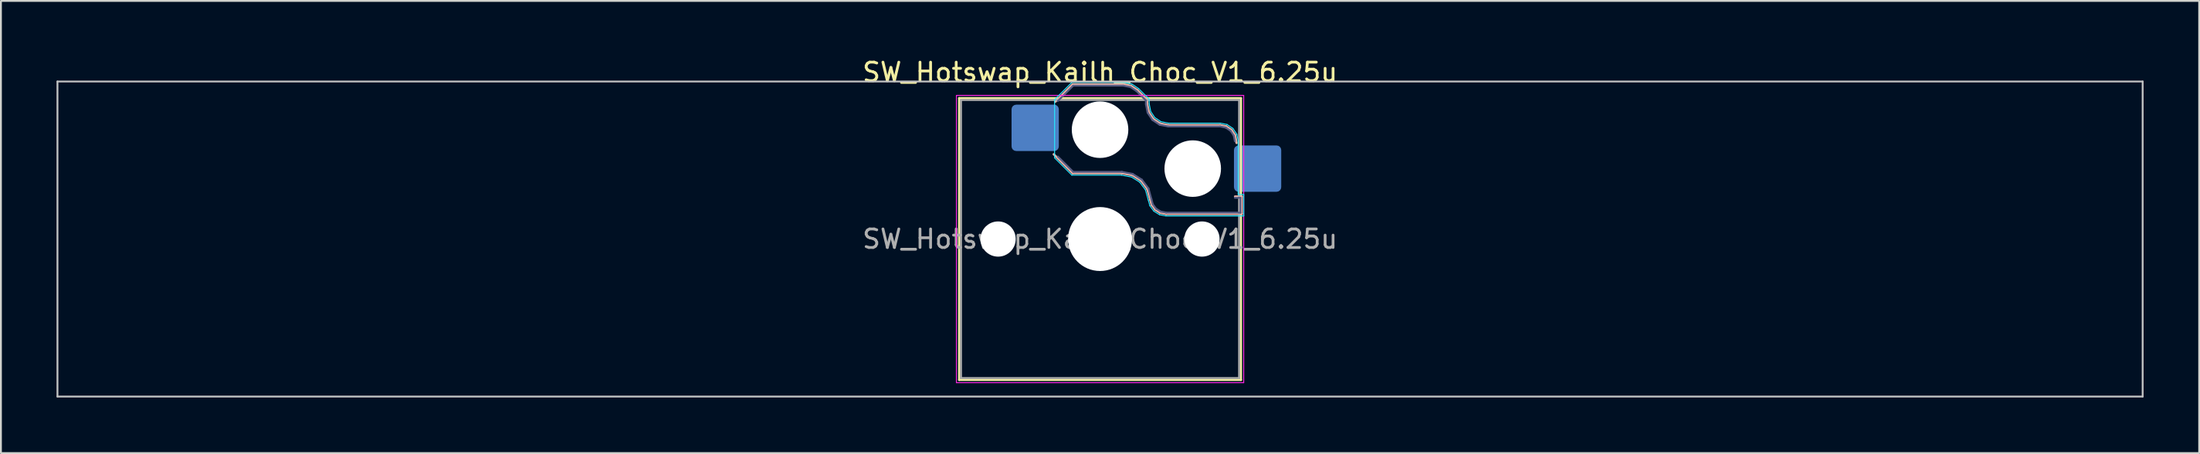
<source format=kicad_pcb>
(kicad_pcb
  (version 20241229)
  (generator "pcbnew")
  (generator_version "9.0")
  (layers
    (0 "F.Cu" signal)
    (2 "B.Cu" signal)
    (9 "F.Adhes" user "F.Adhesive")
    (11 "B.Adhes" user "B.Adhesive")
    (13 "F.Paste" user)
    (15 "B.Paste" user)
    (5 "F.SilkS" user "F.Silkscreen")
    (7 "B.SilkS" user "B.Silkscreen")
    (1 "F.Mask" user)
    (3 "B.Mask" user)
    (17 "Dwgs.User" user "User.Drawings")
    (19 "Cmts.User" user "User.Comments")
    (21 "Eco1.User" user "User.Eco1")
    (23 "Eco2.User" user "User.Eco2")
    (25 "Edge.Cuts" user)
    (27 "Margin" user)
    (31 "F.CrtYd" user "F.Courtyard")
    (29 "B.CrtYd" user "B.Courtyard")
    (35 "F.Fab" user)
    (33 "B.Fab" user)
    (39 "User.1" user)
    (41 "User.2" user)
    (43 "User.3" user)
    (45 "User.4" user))
  (footprint "SW_Hotswap_Kailh_Choc_V1_6.25u"
    (layer "F.Cu")
    (at 56.3 9.848)
    (property "Reference" "SW_Hotswap_Kailh_Choc_V1_6.25u" (at 0 -9 0) (layer "F.SilkS") (effects (font (size 1 1) (thickness 0.15))))
    (attr smd)
    (fp_line (start -7.6 -7.6) (end -7.6 7.6) (stroke (width 0.12) (type solid)) (layer "F.SilkS"))
    (fp_line (start -7.6 7.6) (end 7.6 7.6) (stroke (width 0.12) (type solid)) (layer "F.SilkS"))
    (fp_line (start 7.6 -7.6) (end -7.6 -7.6) (stroke (width 0.12) (type solid)) (layer "F.SilkS"))
    (fp_line (start 7.6 7.6) (end 7.6 -7.6) (stroke (width 0.12) (type solid)) (layer "F.SilkS"))
    (fp_line (start -2.416 -7.409) (end -1.479 -8.346) (stroke (width 0.12) (type solid)) (layer "B.SilkS"))
    (fp_line (start -1.479 -8.346) (end 1.268 -8.346) (stroke (width 0.12) (type solid)) (layer "B.SilkS"))
    (fp_line (start -1.479 -3.554) (end -2.5 -4.575) (stroke (width 0.12) (type solid)) (layer "B.SilkS"))
    (fp_line (start 1.168 -3.554) (end -1.479 -3.554) (stroke (width 0.12) (type solid)) (layer "B.SilkS"))
    (fp_line (start 1.268 -8.346) (end 1.671 -8.266) (stroke (width 0.12) (type solid)) (layer "B.SilkS"))
    (fp_line (start 1.671 -8.266) (end 2.013 -8.037) (stroke (width 0.12) (type solid)) (layer "B.SilkS"))
    (fp_line (start 1.73 -3.449) (end 1.168 -3.554) (stroke (width 0.12) (type solid)) (layer "B.SilkS"))
    (fp_line (start 2.013 -8.037) (end 2.546 -7.504) (stroke (width 0.12) (type solid)) (layer "B.SilkS"))
    (fp_line (start 2.209 -3.15) (end 1.73 -3.449) (stroke (width 0.12) (type solid)) (layer "B.SilkS"))
    (fp_line (start 2.546 -7.504) (end 2.546 -7.282) (stroke (width 0.12) (type solid)) (layer "B.SilkS"))
    (fp_line (start 2.546 -7.282) (end 2.633 -6.844) (stroke (width 0.12) (type solid)) (layer "B.SilkS"))
    (fp_line (start 2.547 -2.697) (end 2.209 -3.15) (stroke (width 0.12) (type solid)) (layer "B.SilkS"))
    (fp_line (start 2.633 -6.844) (end 2.877 -6.477) (stroke (width 0.12) (type solid)) (layer "B.SilkS"))
    (fp_line (start 2.701 -2.139) (end 2.547 -2.697) (stroke (width 0.12) (type solid)) (layer "B.SilkS"))
    (fp_line (start 2.783 -1.841) (end 2.701 -2.139) (stroke (width 0.12) (type solid)) (layer "B.SilkS"))
    (fp_line (start 2.877 -6.477) (end 3.244 -6.233) (stroke (width 0.12) (type solid)) (layer "B.SilkS"))
    (fp_line (start 2.976 -1.583) (end 2.783 -1.841) (stroke (width 0.12) (type solid)) (layer "B.SilkS"))
    (fp_line (start 3.244 -6.233) (end 3.682 -6.146) (stroke (width 0.12) (type solid)) (layer "B.SilkS"))
    (fp_line (start 3.25 -1.413) (end 2.976 -1.583) (stroke (width 0.12) (type solid)) (layer "B.SilkS"))
    (fp_line (start 3.56 -1.354) (end 3.25 -1.413) (stroke (width 0.12) (type solid)) (layer "B.SilkS"))
    (fp_line (start 3.682 -6.146) (end 6.482 -6.146) (stroke (width 0.12) (type solid)) (layer "B.SilkS"))
    (fp_line (start 6.482 -6.146) (end 6.809 -6.081) (stroke (width 0.12) (type solid)) (layer "B.SilkS"))
    (fp_line (start 6.809 -6.081) (end 7.092 -5.892) (stroke (width 0.12) (type solid)) (layer "B.SilkS"))
    (fp_line (start 7.092 -5.892) (end 7.281 -5.609) (stroke (width 0.12) (type solid)) (layer "B.SilkS"))
    (fp_line (start 7.281 -5.609) (end 7.366 -5.182) (stroke (width 0.12) (type solid)) (layer "B.SilkS"))
    (fp_line (start 7.283 -2.296) (end 7.646 -2.296) (stroke (width 0.12) (type solid)) (layer "B.SilkS"))
    (fp_line (start 7.646 -2.296) (end 7.646 -1.354) (stroke (width 0.12) (type solid)) (layer "B.SilkS"))
    (fp_line (start 7.646 -1.354) (end 3.56 -1.354) (stroke (width 0.12) (type solid)) (layer "B.SilkS"))
    (fp_line (start -56.25 -8.5) (end -56.25 8.5) (stroke (width 0.1) (type solid)) (layer "Dwgs.User"))
    (fp_line (start -56.25 8.5) (end 56.25 8.5) (stroke (width 0.1) (type solid)) (layer "Dwgs.User"))
    (fp_line (start 56.25 -8.5) (end -56.25 -8.5) (stroke (width 0.1) (type solid)) (layer "Dwgs.User"))
    (fp_line (start 56.25 8.5) (end 56.25 -8.5) (stroke (width 0.1) (type solid)) (layer "Dwgs.User"))
    (fp_line (start -7.25 -7.25) (end -7.25 7.25) (stroke (width 0.1) (type solid)) (layer "Eco1.User"))
    (fp_line (start -7.25 7.25) (end 7.25 7.25) (stroke (width 0.1) (type solid)) (layer "Eco1.User"))
    (fp_line (start 7.25 -7.25) (end -7.25 -7.25) (stroke (width 0.1) (type solid)) (layer "Eco1.User"))
    (fp_line (start 7.25 7.25) (end 7.25 -7.25) (stroke (width 0.1) (type solid)) (layer "Eco1.User"))
    (fp_line (start -2.452 -7.523) (end -1.523 -8.452) (stroke (width 0.05) (type solid)) (layer "B.CrtYd"))
    (fp_line (start -2.452 -4.377) (end -2.452 -7.523) (stroke (width 0.05) (type solid)) (layer "B.CrtYd"))
    (fp_line (start -1.523 -8.452) (end 1.278 -8.452) (stroke (width 0.05) (type solid)) (layer "B.CrtYd"))
    (fp_line (start -1.523 -3.448) (end -2.452 -4.377) (stroke (width 0.05) (type solid)) (layer "B.CrtYd"))
    (fp_line (start 1.159 -3.448) (end -1.523 -3.448) (stroke (width 0.05) (type solid)) (layer "B.CrtYd"))
    (fp_line (start 1.278 -8.452) (end 1.712 -8.366) (stroke (width 0.05) (type solid)) (layer "B.CrtYd"))
    (fp_line (start 1.691 -3.348) (end 1.159 -3.448) (stroke (width 0.05) (type solid)) (layer "B.CrtYd"))
    (fp_line (start 1.712 -8.366) (end 2.081 -8.119) (stroke (width 0.05) (type solid)) (layer "B.CrtYd"))
    (fp_line (start 2.081 -8.119) (end 2.652 -7.548) (stroke (width 0.05) (type solid)) (layer "B.CrtYd"))
    (fp_line (start 2.136 -3.071) (end 1.691 -3.348) (stroke (width 0.05) (type solid)) (layer "B.CrtYd"))
    (fp_line (start 2.45 -2.65) (end 2.136 -3.071) (stroke (width 0.05) (type solid)) (layer "B.CrtYd"))
    (fp_line (start 2.599 -2.111) (end 2.45 -2.65) (stroke (width 0.05) (type solid)) (layer "B.CrtYd"))
    (fp_line (start 2.652 -7.548) (end 2.652 -7.292) (stroke (width 0.05) (type solid)) (layer "B.CrtYd"))
    (fp_line (start 2.652 -7.292) (end 2.733 -6.885) (stroke (width 0.05) (type solid)) (layer "B.CrtYd"))
    (fp_line (start 2.687 -1.794) (end 2.599 -2.111) (stroke (width 0.05) (type solid)) (layer "B.CrtYd"))
    (fp_line (start 2.733 -6.885) (end 2.953 -6.553) (stroke (width 0.05) (type solid)) (layer "B.CrtYd"))
    (fp_line (start 2.903 -1.503) (end 2.687 -1.794) (stroke (width 0.05) (type solid)) (layer "B.CrtYd"))
    (fp_line (start 2.953 -6.553) (end 3.285 -6.333) (stroke (width 0.05) (type solid)) (layer "B.CrtYd"))
    (fp_line (start 3.211 -1.312) (end 2.903 -1.503) (stroke (width 0.05) (type solid)) (layer "B.CrtYd"))
    (fp_line (start 3.285 -6.333) (end 3.692 -6.252) (stroke (width 0.05) (type solid)) (layer "B.CrtYd"))
    (fp_line (start 3.55 -1.248) (end 3.211 -1.312) (stroke (width 0.05) (type solid)) (layer "B.CrtYd"))
    (fp_line (start 3.692 -6.252) (end 6.492 -6.252) (stroke (width 0.05) (type solid)) (layer "B.CrtYd"))
    (fp_line (start 6.492 -6.252) (end 6.85 -6.181) (stroke (width 0.05) (type solid)) (layer "B.CrtYd"))
    (fp_line (start 6.85 -6.181) (end 7.168 -5.968) (stroke (width 0.05) (type solid)) (layer "B.CrtYd"))
    (fp_line (start 7.168 -5.968) (end 7.381 -5.65) (stroke (width 0.05) (type solid)) (layer "B.CrtYd"))
    (fp_line (start 7.381 -5.65) (end 7.452 -5.292) (stroke (width 0.05) (type solid)) (layer "B.CrtYd"))
    (fp_line (start 7.452 -5.292) (end 7.452 -2.402) (stroke (width 0.05) (type solid)) (layer "B.CrtYd"))
    (fp_line (start 7.452 -2.402) (end 7.752 -2.402) (stroke (width 0.05) (type solid)) (layer "B.CrtYd"))
    (fp_line (start 7.752 -2.402) (end 7.752 -1.248) (stroke (width 0.05) (type solid)) (layer "B.CrtYd"))
    (fp_line (start 7.752 -1.248) (end 3.55 -1.248) (stroke (width 0.05) (type solid)) (layer "B.CrtYd"))
    (fp_line (start -7.75 -7.75) (end -7.75 7.75) (stroke (width 0.05) (type solid)) (layer "F.CrtYd"))
    (fp_line (start -7.75 7.75) (end 7.75 7.75) (stroke (width 0.05) (type solid)) (layer "F.CrtYd"))
    (fp_line (start 7.75 -7.75) (end -7.75 -7.75) (stroke (width 0.05) (type solid)) (layer "F.CrtYd"))
    (fp_line (start 7.75 7.75) (end 7.75 -7.75) (stroke (width 0.05) (type solid)) (layer "F.CrtYd"))
    (fp_line (start -2.275 -7.45) (end -1.45 -8.275) (stroke (width 0.1) (type solid)) (layer "B.Fab"))
    (fp_line (start -1.45 -8.275) (end 1.261 -8.275) (stroke (width 0.1) (type solid)) (layer "B.Fab"))
    (fp_line (start -1.45 -3.625) (end -2.275 -4.45) (stroke (width 0.1) (type solid)) (layer "B.Fab"))
    (fp_line (start 1.175 -3.625) (end -1.45 -3.625) (stroke (width 0.1) (type solid)) (layer "B.Fab"))
    (fp_line (start 1.261 -8.275) (end 1.643 -8.199) (stroke (width 0.1) (type solid)) (layer "B.Fab"))
    (fp_line (start 1.643 -8.199) (end 1.968 -7.982) (stroke (width 0.1) (type solid)) (layer "B.Fab"))
    (fp_line (start 1.756 -3.516) (end 1.175 -3.625) (stroke (width 0.1) (type solid)) (layer "B.Fab"))
    (fp_line (start 1.968 -7.982) (end 2.475 -7.475) (stroke (width 0.1) (type solid)) (layer "B.Fab"))
    (fp_line (start 2.258 -3.203) (end 1.756 -3.516) (stroke (width 0.1) (type solid)) (layer "B.Fab"))
    (fp_line (start 2.475 -7.475) (end 2.475 -7.275) (stroke (width 0.1) (type solid)) (layer "B.Fab"))
    (fp_line (start 2.475 -7.275) (end 2.566 -6.816) (stroke (width 0.1) (type solid)) (layer "B.Fab"))
    (fp_line (start 2.566 -6.816) (end 2.826 -6.426) (stroke (width 0.1) (type solid)) (layer "B.Fab"))
    (fp_line (start 2.612 -2.729) (end 2.258 -3.203) (stroke (width 0.1) (type solid)) (layer "B.Fab"))
    (fp_line (start 2.769 -2.158) (end 2.612 -2.729) (stroke (width 0.1) (type solid)) (layer "B.Fab"))
    (fp_line (start 2.826 -6.426) (end 3.216 -6.166) (stroke (width 0.1) (type solid)) (layer "B.Fab"))
    (fp_line (start 2.848 -1.873) (end 2.769 -2.158) (stroke (width 0.1) (type solid)) (layer "B.Fab"))
    (fp_line (start 3.025 -1.636) (end 2.848 -1.873) (stroke (width 0.1) (type solid)) (layer "B.Fab"))
    (fp_line (start 3.216 -6.166) (end 3.675 -6.075) (stroke (width 0.1) (type solid)) (layer "B.Fab"))
    (fp_line (start 3.276 -1.48) (end 3.025 -1.636) (stroke (width 0.1) (type solid)) (layer "B.Fab"))
    (fp_line (start 3.567 -1.425) (end 3.276 -1.48) (stroke (width 0.1) (type solid)) (layer "B.Fab"))
    (fp_line (start 3.675 -6.075) (end 6.475 -6.075) (stroke (width 0.1) (type solid)) (layer "B.Fab"))
    (fp_line (start 6.475 -6.075) (end 6.781 -6.014) (stroke (width 0.1) (type solid)) (layer "B.Fab"))
    (fp_line (start 6.781 -6.014) (end 7.041 -5.841) (stroke (width 0.1) (type solid)) (layer "B.Fab"))
    (fp_line (start 7.041 -5.841) (end 7.214 -5.581) (stroke (width 0.1) (type solid)) (layer "B.Fab"))
    (fp_line (start 7.214 -5.581) (end 7.275 -5.275) (stroke (width 0.1) (type solid)) (layer "B.Fab"))
    (fp_line (start 7.275 -2.225) (end 7.575 -2.225) (stroke (width 0.1) (type solid)) (layer "B.Fab"))
    (fp_line (start 7.575 -2.225) (end 7.575 -1.425) (stroke (width 0.1) (type solid)) (layer "B.Fab"))
    (fp_line (start 7.575 -1.425) (end 3.567 -1.425) (stroke (width 0.1) (type solid)) (layer "B.Fab"))
    (fp_line (start -7.5 -7.5) (end -7.5 7.5) (stroke (width 0.1) (type solid)) (layer "F.Fab"))
    (fp_line (start -7.5 7.5) (end 7.5 7.5) (stroke (width 0.1) (type solid)) (layer "F.Fab"))
    (fp_line (start 7.5 -7.5) (end -7.5 -7.5) (stroke (width 0.1) (type solid)) (layer "F.Fab"))
    (fp_line (start 7.5 7.5) (end 7.5 -7.5) (stroke (width 0.1) (type solid)) (layer "F.Fab"))
    (fp_text user "${REFERENCE}" (at 0 0 0) (layer "F.Fab") (effects (font (size 1 1) (thickness 0.15))))
    (pad "" np_thru_hole circle (at -5.5 0) (size 1.9 1.9) (drill 1.9) (layers "*.Cu" "*.Mask"))
    (pad "" np_thru_hole circle (at 0 -5.9) (size 3.05 3.05) (drill 3.05) (layers "*.Cu" "*.Mask"))
    (pad "" np_thru_hole circle (at 0 0) (size 3.45 3.45) (drill 3.45) (layers "*.Cu" "*.Mask"))
    (pad "" np_thru_hole circle (at 5 -3.8) (size 3.05 3.05) (drill 3.05) (layers "*.Cu" "*.Mask"))
    (pad "" np_thru_hole circle (at 5.5 0) (size 1.9 1.9) (drill 1.9) (layers "*.Cu" "*.Mask"))
    (pad "1" smd roundrect (at -3.5 -6) (size 2.55 2.5) (layers "B.Cu" "B.Mask" "B.Paste") (roundrect_rratio 0.1))
    (pad "2" smd roundrect (at 8.5 -3.8) (size 2.55 2.5) (layers "B.Cu" "B.Mask" "B.Paste") (roundrect_rratio 0.1)))
  (gr_rect
    (start -3 -3)
    (end 115.6 21.398)
    (stroke (width 0.1) (type default))
    (fill no)
    (layer "Edge.Cuts")))
</source>
